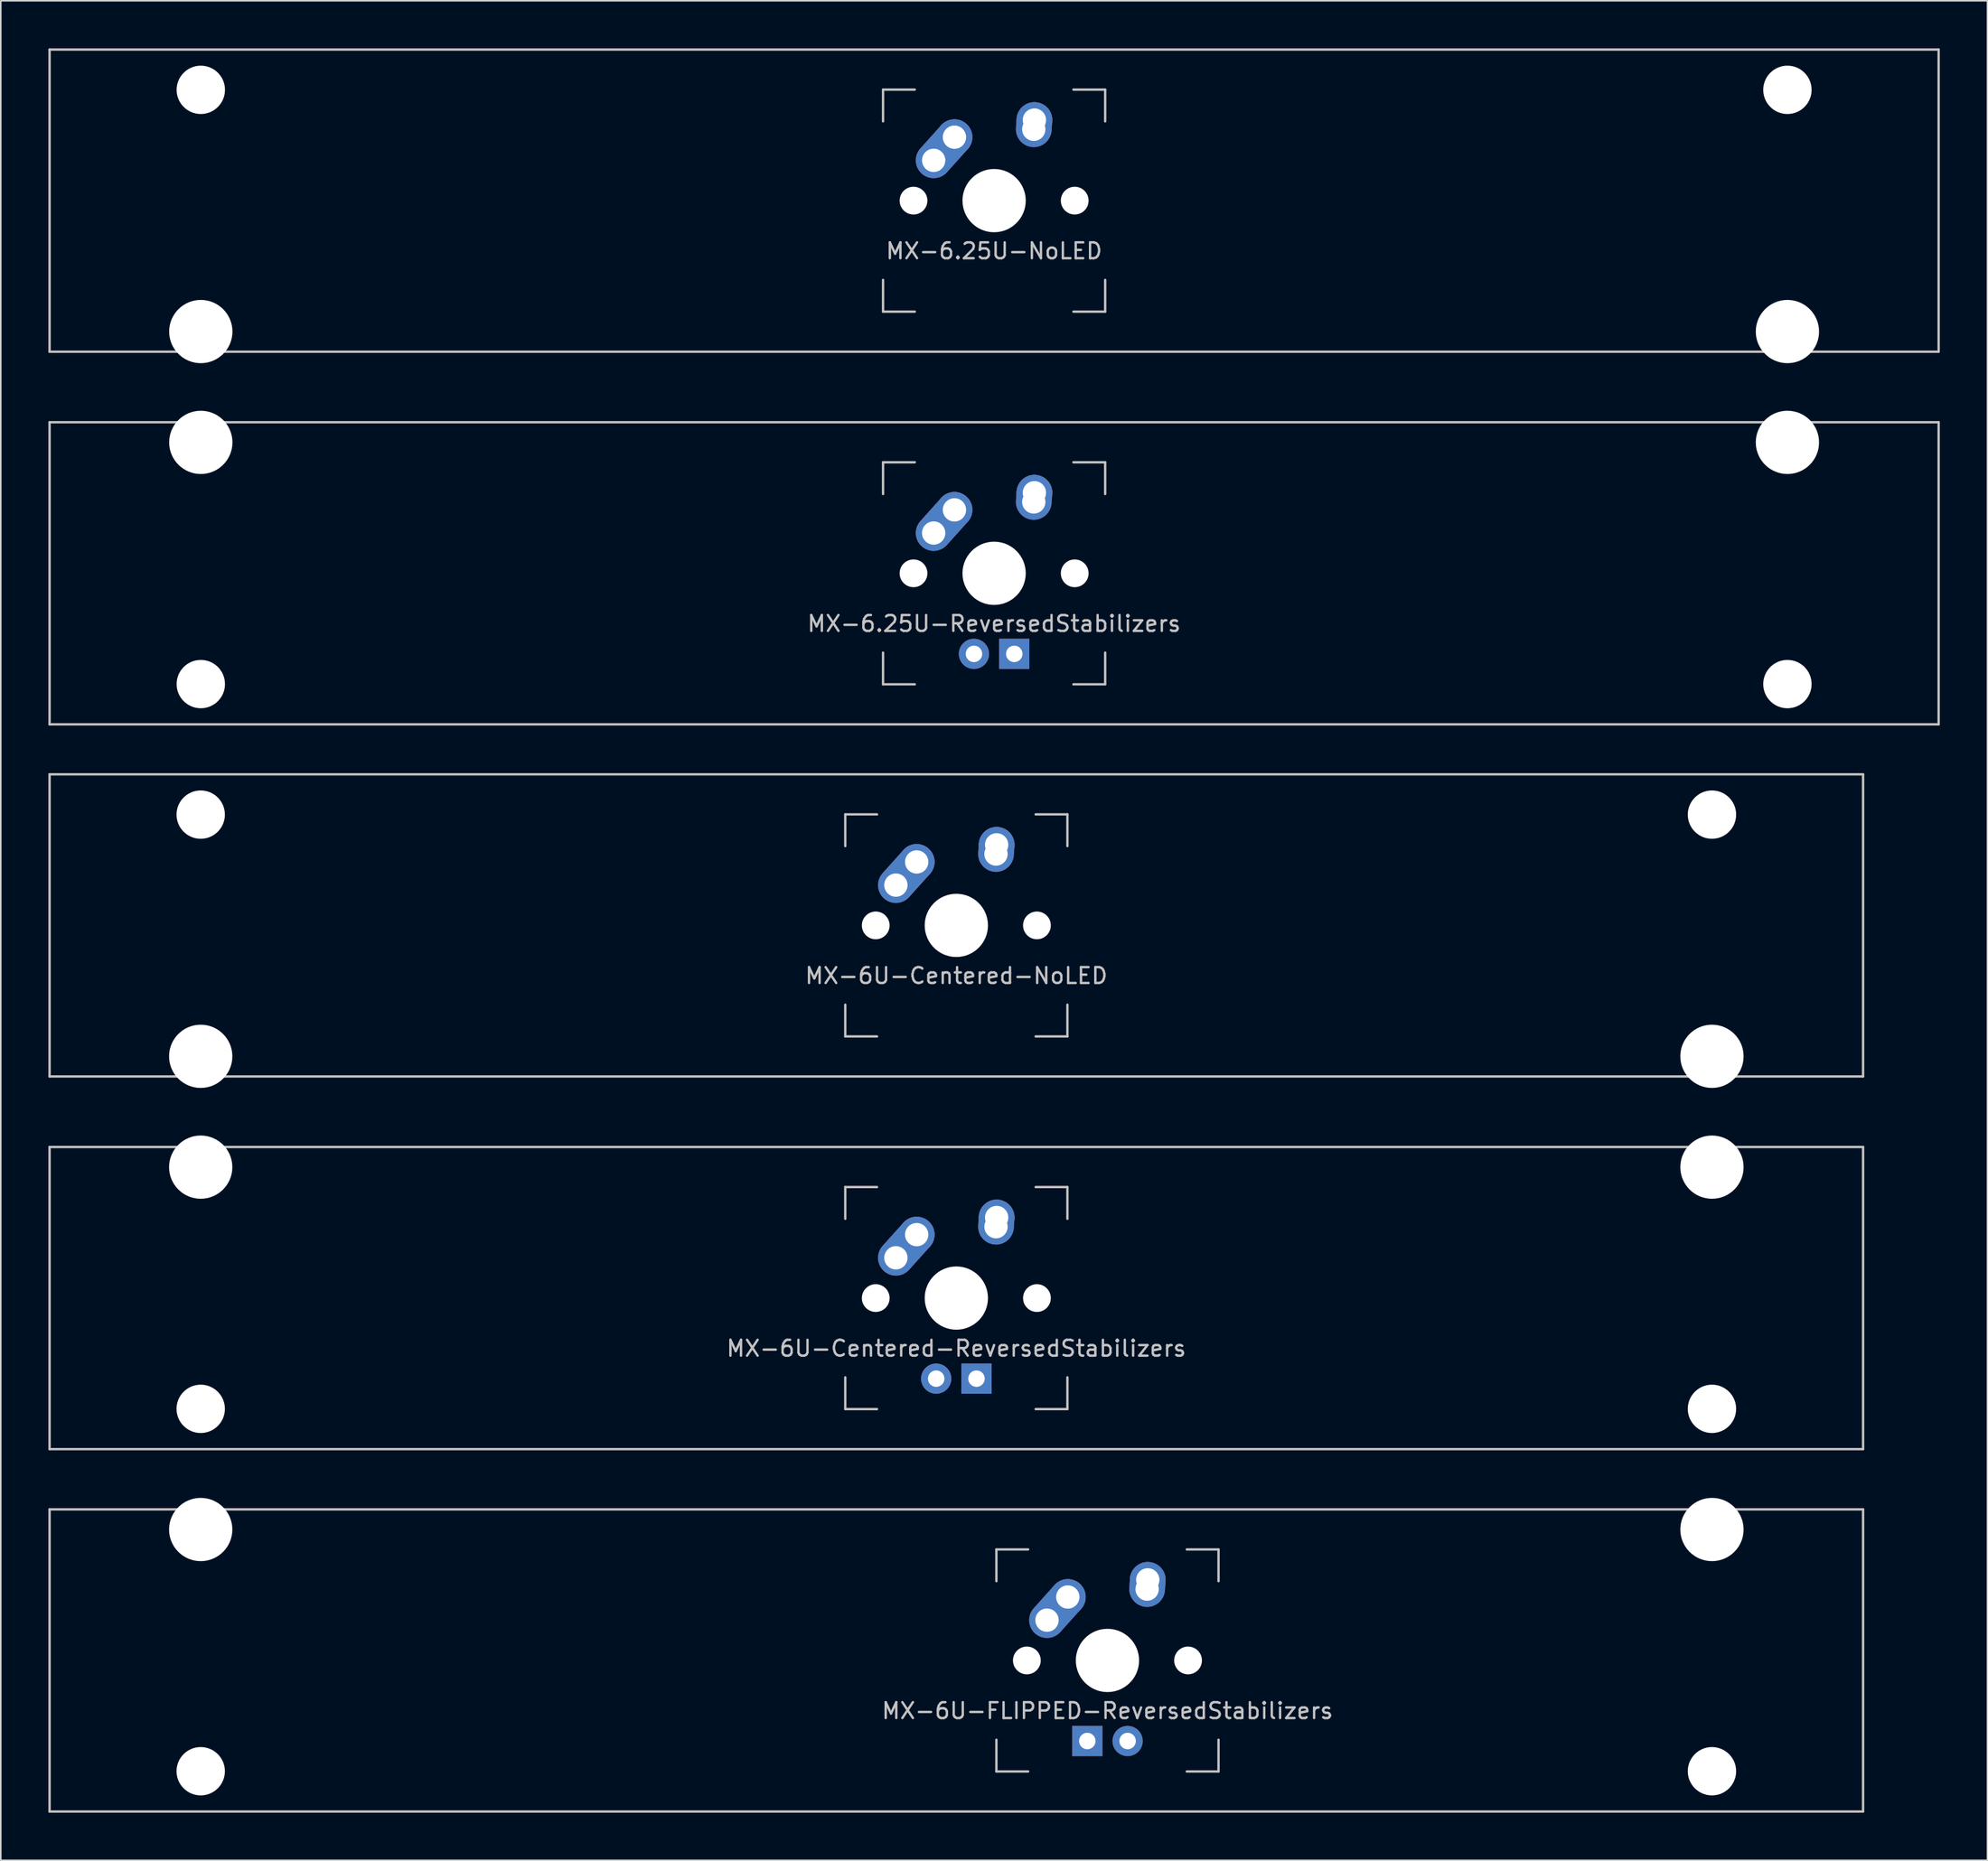
<source format=kicad_pcb>
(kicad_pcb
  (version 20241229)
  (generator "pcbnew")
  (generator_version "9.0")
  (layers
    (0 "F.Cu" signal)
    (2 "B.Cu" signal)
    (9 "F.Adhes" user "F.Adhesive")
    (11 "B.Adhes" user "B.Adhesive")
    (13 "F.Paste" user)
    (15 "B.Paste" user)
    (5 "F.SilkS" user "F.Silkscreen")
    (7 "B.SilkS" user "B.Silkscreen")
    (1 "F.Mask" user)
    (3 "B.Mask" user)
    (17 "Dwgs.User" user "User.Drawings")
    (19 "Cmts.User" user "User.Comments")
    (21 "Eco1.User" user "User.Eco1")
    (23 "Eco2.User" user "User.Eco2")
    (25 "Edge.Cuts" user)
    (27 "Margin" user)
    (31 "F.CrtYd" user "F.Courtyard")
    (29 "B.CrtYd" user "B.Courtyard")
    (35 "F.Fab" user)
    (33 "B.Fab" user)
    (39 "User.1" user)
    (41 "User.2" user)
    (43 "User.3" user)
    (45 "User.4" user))
  (footprint "MX-6.25U-NoLED"
    (layer "F.Cu")
    (at 59.606 9.6)
    (property "Reference" "MX-6.25U-NoLED" (at 0 3.175 0) (layer "Dwgs.User") (effects (font (size 1 1) (thickness 0.15))))
    (attr through_hole)
    (fp_line (start -59.531 -9.525) (end 59.531 -9.525) (stroke (width 0.15) (type solid)) (layer "Dwgs.User"))
    (fp_line (start -59.531 9.525) (end -59.531 -9.525) (stroke (width 0.15) (type solid)) (layer "Dwgs.User"))
    (fp_line (start -59.531 9.525) (end 59.531 9.525) (stroke (width 0.15) (type solid)) (layer "Dwgs.User"))
    (fp_line (start -7 -7) (end -7 -5) (stroke (width 0.15) (type solid)) (layer "Dwgs.User"))
    (fp_line (start -7 5) (end -7 7) (stroke (width 0.15) (type solid)) (layer "Dwgs.User"))
    (fp_line (start -7 7) (end -5 7) (stroke (width 0.15) (type solid)) (layer "Dwgs.User"))
    (fp_line (start -5 -7) (end -7 -7) (stroke (width 0.15) (type solid)) (layer "Dwgs.User"))
    (fp_line (start 5 -7) (end 7 -7) (stroke (width 0.15) (type solid)) (layer "Dwgs.User"))
    (fp_line (start 5 7) (end 7 7) (stroke (width 0.15) (type solid)) (layer "Dwgs.User"))
    (fp_line (start 7 -7) (end 7 -5) (stroke (width 0.15) (type solid)) (layer "Dwgs.User"))
    (fp_line (start 7 7) (end 7 5) (stroke (width 0.15) (type solid)) (layer "Dwgs.User"))
    (fp_line (start 59.531 -9.525) (end 59.531 9.525) (stroke (width 0.15) (type solid)) (layer "Dwgs.User"))
    (pad "" np_thru_hole circle (at -50 -6.985) (size 3.048 3.048) (drill 3.048) (layers "*.Cu" "*.Mask"))
    (pad "" np_thru_hole circle (at -50 8.255) (size 3.988 3.988) (drill 3.988) (layers "*.Cu" "*.Mask"))
    (pad "" np_thru_hole circle (at -5.08 0 48.1) (size 1.75 1.75) (drill 1.75) (layers "*.Cu" "*.Mask"))
    (pad "" np_thru_hole circle (at 0 0) (size 3.988 3.988) (drill 3.988) (layers "*.Cu" "*.Mask"))
    (pad "" np_thru_hole circle (at 5.08 0 48.1) (size 1.75 1.75) (drill 1.75) (layers "*.Cu" "*.Mask"))
    (pad "" np_thru_hole circle (at 50 -6.985) (size 3.048 3.048) (drill 3.048) (layers "*.Cu" "*.Mask"))
    (pad "" np_thru_hole circle (at 50 8.255) (size 3.988 3.988) (drill 3.988) (layers "*.Cu" "*.Mask"))
    (pad "1" thru_hole oval (at -3.81 -2.54 48.1) (size 4.212 2.25) (drill 1.47 (offset 0.981 0)) (layers "*.Cu" "*.Mask"))
    (pad "1" thru_hole circle (at -2.5 -4) (size 2.25 2.25) (drill 1.47) (layers "*.Cu" "*.Mask"))
    (pad "2" thru_hole oval (at 2.5 -4.5 86.055) (size 2.831 2.25) (drill 1.47 (offset 0.291 0)) (layers "*.Cu" "*.Mask"))
    (pad "2" thru_hole circle (at 2.54 -5.08) (size 2.25 2.25) (drill 1.47) (layers "*.Cu" "*.Mask")))
  (footprint "MX-6U-FLIPPED-ReversedStabilizers"
    (layer "F.Cu")
    (at 57.225 101.644)
    (property "Reference" "MX-6U-FLIPPED-ReversedStabilizers" (at 9.525 3.175 0) (layer "Dwgs.User") (effects (font (size 1 1) (thickness 0.15))))
    (attr through_hole)
    (fp_line (start -57.15 -9.525) (end 57.15 -9.525) (stroke (width 0.15) (type solid)) (layer "Dwgs.User"))
    (fp_line (start -57.15 9.525) (end -57.15 -9.525) (stroke (width 0.15) (type solid)) (layer "Dwgs.User"))
    (fp_line (start -57.15 9.525) (end 57.15 9.525) (stroke (width 0.15) (type solid)) (layer "Dwgs.User"))
    (fp_line (start 2.525 -7) (end 2.525 -5) (stroke (width 0.15) (type solid)) (layer "Dwgs.User"))
    (fp_line (start 2.525 5) (end 2.525 7) (stroke (width 0.15) (type solid)) (layer "Dwgs.User"))
    (fp_line (start 2.525 7) (end 4.525 7) (stroke (width 0.15) (type solid)) (layer "Dwgs.User"))
    (fp_line (start 4.525 -7) (end 2.525 -7) (stroke (width 0.15) (type solid)) (layer "Dwgs.User"))
    (fp_line (start 14.525 -7) (end 16.525 -7) (stroke (width 0.15) (type solid)) (layer "Dwgs.User"))
    (fp_line (start 14.525 7) (end 16.525 7) (stroke (width 0.15) (type solid)) (layer "Dwgs.User"))
    (fp_line (start 16.525 -7) (end 16.525 -5) (stroke (width 0.15) (type solid)) (layer "Dwgs.User"))
    (fp_line (start 16.525 7) (end 16.525 5) (stroke (width 0.15) (type solid)) (layer "Dwgs.User"))
    (fp_line (start 57.15 -9.525) (end 57.15 9.525) (stroke (width 0.15) (type solid)) (layer "Dwgs.User"))
    (pad "" np_thru_hole circle (at -47.625 -8.255) (size 3.988 3.988) (drill 3.988) (layers "*.Cu" "*.Mask"))
    (pad "" np_thru_hole circle (at -47.625 6.985) (size 3.048 3.048) (drill 3.048) (layers "*.Cu" "*.Mask"))
    (pad "" np_thru_hole circle (at 4.445 0 48.1) (size 1.75 1.75) (drill 1.75) (layers "*.Cu" "*.Mask"))
    (pad "" np_thru_hole circle (at 9.525 0) (size 3.988 3.988) (drill 3.988) (layers "*.Cu" "*.Mask"))
    (pad "" np_thru_hole circle (at 14.605 0 48.1) (size 1.75 1.75) (drill 1.75) (layers "*.Cu" "*.Mask"))
    (pad "" np_thru_hole circle (at 47.625 -8.255) (size 3.988 3.988) (drill 3.988) (layers "*.Cu" "*.Mask"))
    (pad "" np_thru_hole circle (at 47.625 6.985) (size 3.048 3.048) (drill 3.048) (layers "*.Cu" "*.Mask"))
    (pad "1" thru_hole oval (at 5.715 -2.54 48.1) (size 4.212 2.25) (drill 1.47 (offset 0.981 0)) (layers "*.Cu" "*.Mask"))
    (pad "1" thru_hole circle (at 7.025 -4) (size 2.25 2.25) (drill 1.47) (layers "*.Cu" "*.Mask"))
    (pad "2" thru_hole oval (at 12.025 -4.5 86.055) (size 2.831 2.25) (drill 1.47 (offset 0.291 0)) (layers "*.Cu" "*.Mask"))
    (pad "2" thru_hole circle (at 12.065 -5.08) (size 2.25 2.25) (drill 1.47) (layers "*.Cu" "*.Mask"))
    (pad "3" thru_hole circle (at 10.795 5.08) (size 1.905 1.905) (drill 1.04) (layers "*.Cu" "*.Mask"))
    (pad "4" thru_hole rect (at 8.255 5.08) (size 1.905 1.905) (drill 1.04) (layers "*.Cu" "*.Mask")))
  (footprint "MX-6U-Centered-NoLED"
    (layer "F.Cu")
    (at 57.225 55.298)
    (property "Reference" "MX-6U-Centered-NoLED" (at 0 3.175 0) (layer "Dwgs.User") (effects (font (size 1 1) (thickness 0.15))))
    (attr through_hole)
    (fp_line (start -57.15 -9.525) (end 57.15 -9.525) (stroke (width 0.15) (type solid)) (layer "Dwgs.User"))
    (fp_line (start -57.15 9.525) (end -57.15 -9.525) (stroke (width 0.15) (type solid)) (layer "Dwgs.User"))
    (fp_line (start -57.15 9.525) (end 57.15 9.525) (stroke (width 0.15) (type solid)) (layer "Dwgs.User"))
    (fp_line (start -7 -7) (end -7 -5) (stroke (width 0.15) (type solid)) (layer "Dwgs.User"))
    (fp_line (start -7 5) (end -7 7) (stroke (width 0.15) (type solid)) (layer "Dwgs.User"))
    (fp_line (start -7 7) (end -5 7) (stroke (width 0.15) (type solid)) (layer "Dwgs.User"))
    (fp_line (start -5 -7) (end -7 -7) (stroke (width 0.15) (type solid)) (layer "Dwgs.User"))
    (fp_line (start 5 -7) (end 7 -7) (stroke (width 0.15) (type solid)) (layer "Dwgs.User"))
    (fp_line (start 5 7) (end 7 7) (stroke (width 0.15) (type solid)) (layer "Dwgs.User"))
    (fp_line (start 7 -7) (end 7 -5) (stroke (width 0.15) (type solid)) (layer "Dwgs.User"))
    (fp_line (start 7 7) (end 7 5) (stroke (width 0.15) (type solid)) (layer "Dwgs.User"))
    (fp_line (start 57.15 -9.525) (end 57.15 9.525) (stroke (width 0.15) (type solid)) (layer "Dwgs.User"))
    (pad "" np_thru_hole circle (at -47.625 -6.985) (size 3.048 3.048) (drill 3.048) (layers "*.Cu" "*.Mask"))
    (pad "" np_thru_hole circle (at -47.625 8.255) (size 3.988 3.988) (drill 3.988) (layers "*.Cu" "*.Mask"))
    (pad "" np_thru_hole circle (at -5.08 0 48.1) (size 1.75 1.75) (drill 1.75) (layers "*.Cu" "*.Mask"))
    (pad "" np_thru_hole circle (at 0 0) (size 3.988 3.988) (drill 3.988) (layers "*.Cu" "*.Mask"))
    (pad "" np_thru_hole circle (at 5.08 0 48.1) (size 1.75 1.75) (drill 1.75) (layers "*.Cu" "*.Mask"))
    (pad "" np_thru_hole circle (at 47.625 -6.985) (size 3.048 3.048) (drill 3.048) (layers "*.Cu" "*.Mask"))
    (pad "" np_thru_hole circle (at 47.625 8.255) (size 3.988 3.988) (drill 3.988) (layers "*.Cu" "*.Mask"))
    (pad "1" thru_hole oval (at -3.81 -2.54 48.1) (size 4.212 2.25) (drill 1.47 (offset 0.981 0)) (layers "*.Cu" "*.Mask"))
    (pad "1" thru_hole circle (at -2.5 -4) (size 2.25 2.25) (drill 1.47) (layers "*.Cu" "*.Mask"))
    (pad "2" thru_hole oval (at 2.5 -4.5 86.055) (size 2.831 2.25) (drill 1.47 (offset 0.291 0)) (layers "*.Cu" "*.Mask"))
    (pad "2" thru_hole circle (at 2.54 -5.08) (size 2.25 2.25) (drill 1.47) (layers "*.Cu" "*.Mask")))
  (footprint "MX-6.25U-ReversedStabilizers"
    (layer "F.Cu")
    (at 59.606 33.098)
    (property "Reference" "MX-6.25U-ReversedStabilizers" (at 0 3.175 0) (layer "Dwgs.User") (effects (font (size 1 1) (thickness 0.15))))
    (attr through_hole)
    (fp_line (start -59.531 -9.525) (end 59.531 -9.525) (stroke (width 0.15) (type solid)) (layer "Dwgs.User"))
    (fp_line (start -59.531 9.525) (end -59.531 -9.525) (stroke (width 0.15) (type solid)) (layer "Dwgs.User"))
    (fp_line (start -59.531 9.525) (end 59.531 9.525) (stroke (width 0.15) (type solid)) (layer "Dwgs.User"))
    (fp_line (start -7 -7) (end -7 -5) (stroke (width 0.15) (type solid)) (layer "Dwgs.User"))
    (fp_line (start -7 5) (end -7 7) (stroke (width 0.15) (type solid)) (layer "Dwgs.User"))
    (fp_line (start -7 7) (end -5 7) (stroke (width 0.15) (type solid)) (layer "Dwgs.User"))
    (fp_line (start -5 -7) (end -7 -7) (stroke (width 0.15) (type solid)) (layer "Dwgs.User"))
    (fp_line (start 5 -7) (end 7 -7) (stroke (width 0.15) (type solid)) (layer "Dwgs.User"))
    (fp_line (start 5 7) (end 7 7) (stroke (width 0.15) (type solid)) (layer "Dwgs.User"))
    (fp_line (start 7 -7) (end 7 -5) (stroke (width 0.15) (type solid)) (layer "Dwgs.User"))
    (fp_line (start 7 7) (end 7 5) (stroke (width 0.15) (type solid)) (layer "Dwgs.User"))
    (fp_line (start 59.531 -9.525) (end 59.531 9.525) (stroke (width 0.15) (type solid)) (layer "Dwgs.User"))
    (pad "" np_thru_hole circle (at -50 -8.255) (size 3.988 3.988) (drill 3.988) (layers "*.Cu" "*.Mask"))
    (pad "" np_thru_hole circle (at -50 6.985) (size 3.048 3.048) (drill 3.048) (layers "*.Cu" "*.Mask"))
    (pad "" np_thru_hole circle (at -5.08 0 48.1) (size 1.75 1.75) (drill 1.75) (layers "*.Cu" "*.Mask"))
    (pad "" np_thru_hole circle (at 0 0) (size 3.988 3.988) (drill 3.988) (layers "*.Cu" "*.Mask"))
    (pad "" np_thru_hole circle (at 5.08 0 48.1) (size 1.75 1.75) (drill 1.75) (layers "*.Cu" "*.Mask"))
    (pad "" np_thru_hole circle (at 50 -8.255) (size 3.988 3.988) (drill 3.988) (layers "*.Cu" "*.Mask"))
    (pad "" np_thru_hole circle (at 50 6.985) (size 3.048 3.048) (drill 3.048) (layers "*.Cu" "*.Mask"))
    (pad "1" thru_hole oval (at -3.81 -2.54 48.1) (size 4.212 2.25) (drill 1.47 (offset 0.981 0)) (layers "*.Cu" "*.Mask"))
    (pad "1" thru_hole circle (at -2.5 -4) (size 2.25 2.25) (drill 1.47) (layers "*.Cu" "*.Mask"))
    (pad "2" thru_hole oval (at 2.5 -4.5 86.055) (size 2.831 2.25) (drill 1.47 (offset 0.291 0)) (layers "*.Cu" "*.Mask"))
    (pad "2" thru_hole circle (at 2.54 -5.08) (size 2.25 2.25) (drill 1.47) (layers "*.Cu" "*.Mask"))
    (pad "3" thru_hole circle (at -1.27 5.08) (size 1.905 1.905) (drill 1.04) (layers "*.Cu" "*.Mask"))
    (pad "4" thru_hole rect (at 1.27 5.08) (size 1.905 1.905) (drill 1.04) (layers "*.Cu" "*.Mask")))
  (footprint "MX-6U-Centered-ReversedStabilizers"
    (layer "F.Cu")
    (at 57.225 78.796)
    (property "Reference" "MX-6U-Centered-ReversedStabilizers" (at 0 3.175 0) (layer "Dwgs.User") (effects (font (size 1 1) (thickness 0.15))))
    (attr through_hole)
    (fp_line (start -57.15 -9.525) (end 57.15 -9.525) (stroke (width 0.15) (type solid)) (layer "Dwgs.User"))
    (fp_line (start -57.15 9.525) (end -57.15 -9.525) (stroke (width 0.15) (type solid)) (layer "Dwgs.User"))
    (fp_line (start -57.15 9.525) (end 57.15 9.525) (stroke (width 0.15) (type solid)) (layer "Dwgs.User"))
    (fp_line (start -7 -7) (end -7 -5) (stroke (width 0.15) (type solid)) (layer "Dwgs.User"))
    (fp_line (start -7 5) (end -7 7) (stroke (width 0.15) (type solid)) (layer "Dwgs.User"))
    (fp_line (start -7 7) (end -5 7) (stroke (width 0.15) (type solid)) (layer "Dwgs.User"))
    (fp_line (start -5 -7) (end -7 -7) (stroke (width 0.15) (type solid)) (layer "Dwgs.User"))
    (fp_line (start 5 -7) (end 7 -7) (stroke (width 0.15) (type solid)) (layer "Dwgs.User"))
    (fp_line (start 5 7) (end 7 7) (stroke (width 0.15) (type solid)) (layer "Dwgs.User"))
    (fp_line (start 7 -7) (end 7 -5) (stroke (width 0.15) (type solid)) (layer "Dwgs.User"))
    (fp_line (start 7 7) (end 7 5) (stroke (width 0.15) (type solid)) (layer "Dwgs.User"))
    (fp_line (start 57.15 -9.525) (end 57.15 9.525) (stroke (width 0.15) (type solid)) (layer "Dwgs.User"))
    (pad "" np_thru_hole circle (at -47.625 -8.255) (size 3.988 3.988) (drill 3.988) (layers "*.Cu" "*.Mask"))
    (pad "" np_thru_hole circle (at -47.625 6.985) (size 3.048 3.048) (drill 3.048) (layers "*.Cu" "*.Mask"))
    (pad "" np_thru_hole circle (at -5.08 0 48.1) (size 1.75 1.75) (drill 1.75) (layers "*.Cu" "*.Mask"))
    (pad "" np_thru_hole circle (at 0 0) (size 3.988 3.988) (drill 3.988) (layers "*.Cu" "*.Mask"))
    (pad "" np_thru_hole circle (at 5.08 0 48.1) (size 1.75 1.75) (drill 1.75) (layers "*.Cu" "*.Mask"))
    (pad "" np_thru_hole circle (at 47.625 -8.255) (size 3.988 3.988) (drill 3.988) (layers "*.Cu" "*.Mask"))
    (pad "" np_thru_hole circle (at 47.625 6.985) (size 3.048 3.048) (drill 3.048) (layers "*.Cu" "*.Mask"))
    (pad "1" thru_hole oval (at -3.81 -2.54 48.1) (size 4.212 2.25) (drill 1.47 (offset 0.981 0)) (layers "*.Cu" "*.Mask"))
    (pad "1" thru_hole circle (at -2.5 -4) (size 2.25 2.25) (drill 1.47) (layers "*.Cu" "*.Mask"))
    (pad "2" thru_hole oval (at 2.5 -4.5 86.055) (size 2.831 2.25) (drill 1.47 (offset 0.291 0)) (layers "*.Cu" "*.Mask"))
    (pad "2" thru_hole circle (at 2.54 -5.08) (size 2.25 2.25) (drill 1.47) (layers "*.Cu" "*.Mask"))
    (pad "3" thru_hole circle (at -1.27 5.08) (size 1.905 1.905) (drill 1.04) (layers "*.Cu" "*.Mask"))
    (pad "4" thru_hole rect (at 1.27 5.08) (size 1.905 1.905) (drill 1.04) (layers "*.Cu" "*.Mask")))
  (gr_rect
    (start -3 -3)
    (end 122.213 114.245)
    (stroke (width 0.1) (type default))
    (fill no)
    (layer "Edge.Cuts")))
</source>
